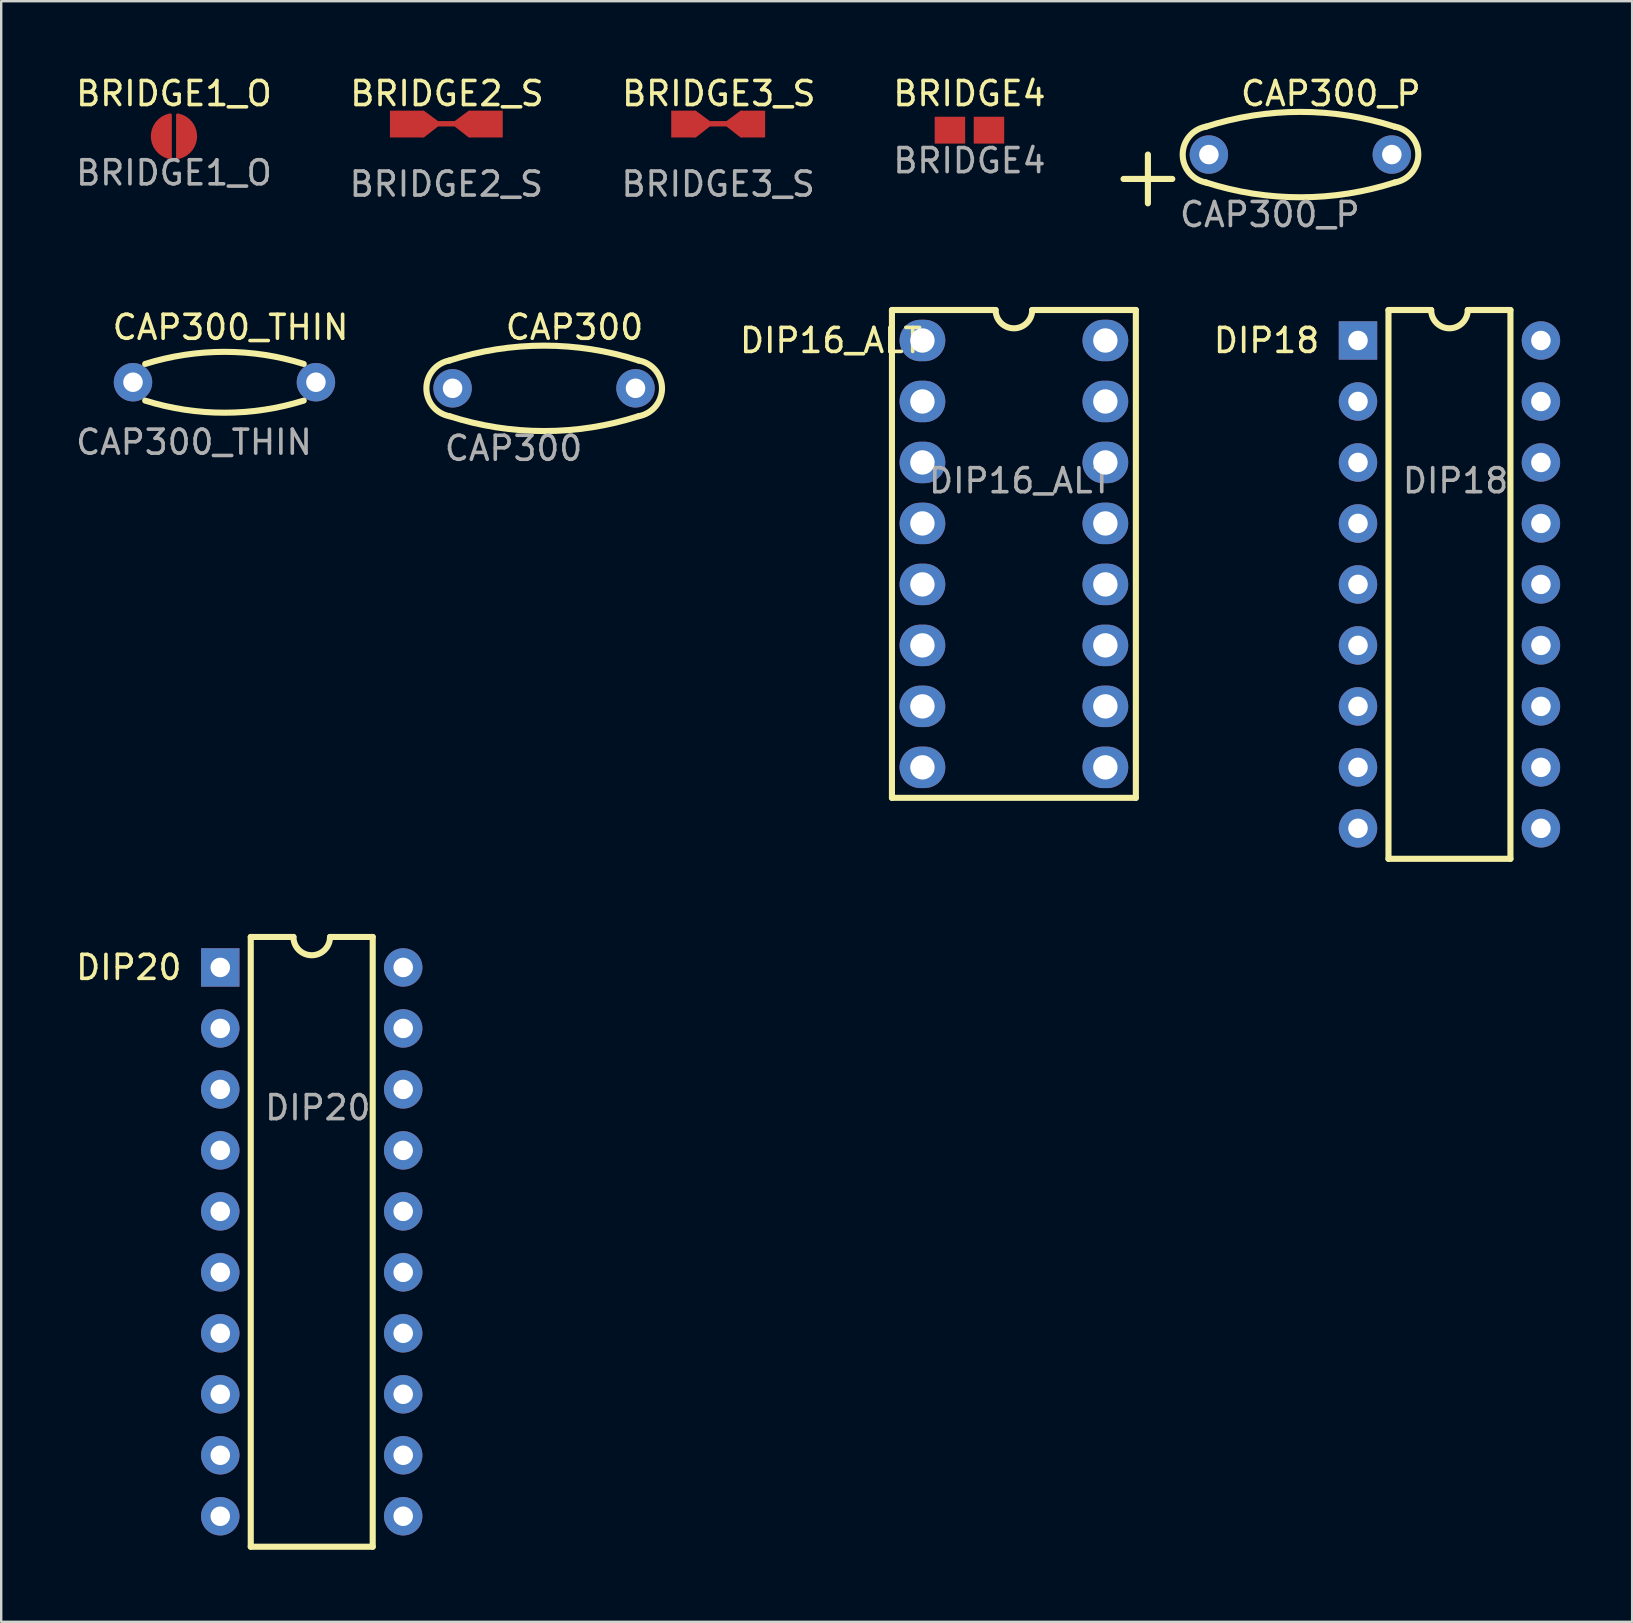
<source format=kicad_pcb>
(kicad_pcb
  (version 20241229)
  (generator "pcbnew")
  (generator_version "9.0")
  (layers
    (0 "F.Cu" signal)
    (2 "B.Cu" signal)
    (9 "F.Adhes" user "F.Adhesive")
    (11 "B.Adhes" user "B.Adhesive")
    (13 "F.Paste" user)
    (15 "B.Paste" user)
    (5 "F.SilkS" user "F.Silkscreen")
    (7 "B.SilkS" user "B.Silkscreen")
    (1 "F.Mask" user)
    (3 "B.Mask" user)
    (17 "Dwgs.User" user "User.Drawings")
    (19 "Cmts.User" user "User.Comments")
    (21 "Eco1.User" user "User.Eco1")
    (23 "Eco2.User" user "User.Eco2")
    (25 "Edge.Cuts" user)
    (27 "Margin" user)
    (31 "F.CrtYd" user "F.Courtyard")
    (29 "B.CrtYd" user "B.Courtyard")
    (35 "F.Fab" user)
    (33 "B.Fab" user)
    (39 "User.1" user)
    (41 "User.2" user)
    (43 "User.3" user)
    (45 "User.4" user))
  (footprint "DIP16_ALT"
    (layer "F.Cu")
    (at 35.373 11.133)
    (property "Reference" "DIP16_ALT" (at -3.81 0 0) (unlocked yes) (layer "F.SilkS") (effects (font (size 1 1) (thickness 0.15))))
    (attr through_hole)
    (fp_line (start -1.27 -1.27) (end -1.27 19.05) (stroke (width 0.254) (type solid)) (layer "F.SilkS"))
    (fp_line (start -1.27 19.05) (end 8.89 19.05) (stroke (width 0.254) (type solid)) (layer "F.SilkS"))
    (fp_line (start 3.048 -1.27) (end -1.27 -1.27) (stroke (width 0.254) (type solid)) (layer "F.SilkS"))
    (fp_line (start 4.572 -1.27) (end 8.89 -1.27) (stroke (width 0.254) (type solid)) (layer "F.SilkS"))
    (fp_line (start 8.89 19.05) (end 8.89 -1.27) (stroke (width 0.254) (type solid)) (layer "F.SilkS"))
    (fp_arc (start 4.572 -1.27) (mid 3.81 -0.508) (end 3.048 -1.27) (stroke (width 0.254) (type solid)) (layer "F.SilkS"))
    (fp_text user "${REFERENCE}" (at 4.064 5.842 0) (unlocked yes) (layer "F.Fab") (effects (font (size 1 1) (thickness 0.15))))
    (pad "1" thru_hole oval (at 0 0) (size 1.905 1.727) (drill 1.016) (layers "*.Cu" "*.Mask"))
    (pad "2" thru_hole oval (at 0 2.54) (size 1.905 1.727) (drill 1.016) (layers "*.Cu" "*.Mask"))
    (pad "3" thru_hole oval (at 0 5.08) (size 1.905 1.727) (drill 1.016) (layers "*.Cu" "*.Mask"))
    (pad "4" thru_hole oval (at 0 7.62) (size 1.905 1.727) (drill 1.016) (layers "*.Cu" "*.Mask"))
    (pad "5" thru_hole oval (at 0 10.16) (size 1.905 1.727) (drill 1.016) (layers "*.Cu" "*.Mask"))
    (pad "6" thru_hole oval (at 0 12.7) (size 1.905 1.727) (drill 1.016) (layers "*.Cu" "*.Mask"))
    (pad "7" thru_hole oval (at 0 15.24) (size 1.905 1.727) (drill 1.016) (layers "*.Cu" "*.Mask"))
    (pad "8" thru_hole oval (at 0 17.78) (size 1.905 1.727) (drill 1.016) (layers "*.Cu" "*.Mask"))
    (pad "9" thru_hole oval (at 7.62 17.78) (size 1.905 1.727) (drill 1.016) (layers "*.Cu" "*.Mask"))
    (pad "10" thru_hole oval (at 7.62 15.24) (size 1.905 1.727) (drill 1.016) (layers "*.Cu" "*.Mask"))
    (pad "11" thru_hole oval (at 7.62 12.7) (size 1.905 1.727) (drill 1.016) (layers "*.Cu" "*.Mask"))
    (pad "12" thru_hole oval (at 7.62 10.16) (size 1.905 1.727) (drill 1.016) (layers "*.Cu" "*.Mask"))
    (pad "13" thru_hole oval (at 7.62 7.62) (size 1.905 1.727) (drill 1.016) (layers "*.Cu" "*.Mask"))
    (pad "14" thru_hole oval (at 7.62 5.08) (size 1.905 1.727) (drill 1.016) (layers "*.Cu" "*.Mask"))
    (pad "15" thru_hole oval (at 7.62 2.54) (size 1.905 1.727) (drill 1.016) (layers "*.Cu" "*.Mask"))
    (pad "16" thru_hole oval (at 7.62 0) (size 1.905 1.727) (drill 1.016) (layers "*.Cu" "*.Mask")))
  (footprint "DIP20"
    (layer "F.Cu")
    (at 6.125 37.248)
    (property "Reference" "DIP20" (at -3.81 0 0) (unlocked yes) (layer "F.SilkS") (effects (font (size 1 1) (thickness 0.15))))
    (attr through_hole)
    (fp_line (start 1.27 -1.27) (end 1.27 24.13) (stroke (width 0.254) (type solid)) (layer "F.SilkS"))
    (fp_line (start 1.27 24.13) (end 6.35 24.13) (stroke (width 0.254) (type solid)) (layer "F.SilkS"))
    (fp_line (start 3.048 -1.27) (end 1.27 -1.27) (stroke (width 0.254) (type solid)) (layer "F.SilkS"))
    (fp_line (start 4.572 -1.27) (end 6.35 -1.27) (stroke (width 0.254) (type solid)) (layer "F.SilkS"))
    (fp_line (start 6.35 24.13) (end 6.35 -1.27) (stroke (width 0.254) (type solid)) (layer "F.SilkS"))
    (fp_arc (start 4.572 -1.27) (mid 3.81 -0.508) (end 3.048 -1.27) (stroke (width 0.254) (type solid)) (layer "F.SilkS"))
    (fp_text user "${REFERENCE}" (at 4.064 5.842 0) (unlocked yes) (layer "F.Fab") (effects (font (size 1 1) (thickness 0.15))))
    (pad "1" thru_hole rect (at 0 0) (size 1.6 1.6) (drill 0.813) (layers "*.Cu" "*.Mask"))
    (pad "2" thru_hole circle (at 0 2.54) (size 1.6 1.6) (drill 0.813) (layers "*.Cu" "*.Mask"))
    (pad "3" thru_hole circle (at 0 5.08) (size 1.6 1.6) (drill 0.813) (layers "*.Cu" "*.Mask"))
    (pad "4" thru_hole circle (at 0 7.62) (size 1.6 1.6) (drill 0.813) (layers "*.Cu" "*.Mask"))
    (pad "5" thru_hole circle (at 0 10.16) (size 1.6 1.6) (drill 0.813) (layers "*.Cu" "*.Mask"))
    (pad "6" thru_hole circle (at 0 12.7) (size 1.6 1.6) (drill 0.813) (layers "*.Cu" "*.Mask"))
    (pad "7" thru_hole circle (at 0 15.24) (size 1.6 1.6) (drill 0.813) (layers "*.Cu" "*.Mask"))
    (pad "8" thru_hole circle (at 0 17.78) (size 1.6 1.6) (drill 0.813) (layers "*.Cu" "*.Mask"))
    (pad "9" thru_hole circle (at 0 20.32) (size 1.6 1.6) (drill 0.813) (layers "*.Cu" "*.Mask"))
    (pad "10" thru_hole circle (at 0 22.86) (size 1.6 1.6) (drill 0.813) (layers "*.Cu" "*.Mask"))
    (pad "11" thru_hole circle (at 7.62 22.86) (size 1.6 1.6) (drill 0.813) (layers "*.Cu" "*.Mask"))
    (pad "12" thru_hole circle (at 7.62 20.32) (size 1.6 1.6) (drill 0.813) (layers "*.Cu" "*.Mask"))
    (pad "13" thru_hole circle (at 7.62 17.78) (size 1.6 1.6) (drill 0.813) (layers "*.Cu" "*.Mask"))
    (pad "14" thru_hole circle (at 7.62 15.24) (size 1.6 1.6) (drill 0.813) (layers "*.Cu" "*.Mask"))
    (pad "15" thru_hole circle (at 7.62 12.7) (size 1.6 1.6) (drill 0.813) (layers "*.Cu" "*.Mask"))
    (pad "16" thru_hole circle (at 7.62 10.16) (size 1.6 1.6) (drill 0.813) (layers "*.Cu" "*.Mask"))
    (pad "17" thru_hole circle (at 7.62 7.62) (size 1.6 1.6) (drill 0.813) (layers "*.Cu" "*.Mask"))
    (pad "18" thru_hole circle (at 7.62 5.08) (size 1.6 1.6) (drill 0.813) (layers "*.Cu" "*.Mask"))
    (pad "19" thru_hole circle (at 7.62 2.54) (size 1.6 1.6) (drill 0.813) (layers "*.Cu" "*.Mask"))
    (pad "20" thru_hole circle (at 7.62 0) (size 1.6 1.6) (drill 0.813) (layers "*.Cu" "*.Mask")))
  (footprint "BRIDGE1_O"
    (layer "F.Cu")
    (at 4.196 2.626)
    (property "Reference" "BRIDGE1_O" (at 0 -1.778 0) (unlocked yes) (layer "F.SilkS") (effects (font (size 1 1) (thickness 0.15))))
    (attr smd)
    (fp_text user "${REFERENCE}" (at 0 1.524 0) (unlocked yes) (layer "F.Fab") (effects (font (size 1 1) (thickness 0.15))))
    (pad "1" smd custom (at -0.533 0 180) (size 0.762 0.762) (layers "F.Cu" "F.Mask") (options (anchor circle)) (primitives (gr_arc (start -0.381 -0.889) (mid 0.367638 -0.000036) (end -0.380928 0.888988) (width 0.127)) (gr_poly (pts (xy -0.025 -0.737) (xy 0.254 -0.432) (xy 0.368 0) (xy 0.279 0.356) (xy 0 0.711) (xy -0.381 0.889) (xy -0.381 -0.889)) (width 0.127) (fill yes))))
    (pad "2" smd custom (at 0.533 0) (size 0.762 0.762) (layers "F.Cu" "F.Mask") (options (anchor circle)) (primitives (gr_arc (start -0.381 -0.889) (mid 0.367638 -0.000036) (end -0.380928 0.888988) (width 0.127)) (gr_poly (pts (xy -0.025 -0.737) (xy 0.254 -0.432) (xy 0.368 0) (xy 0.279 0.356) (xy 0 0.711) (xy -0.381 0.889) (xy -0.381 -0.889)) (width 0.127) (fill yes)))))
  (footprint "CAP300"
    (layer "F.Cu")
    (at 15.802 13.125)
    (property "Reference" "CAP300" (at 5.08 -2.54 0) (unlocked yes) (layer "F.SilkS") (effects (font (size 1 1) (thickness 0.15))))
    (attr through_hole)
    (fp_arc (start -0.127 -1.159437) (mid 3.81 -1.777715) (end 7.747 -1.159437) (stroke (width 0.254) (type solid)) (layer "F.SilkS"))
    (fp_arc (start -0.126633 1.161639) (mid -1.091529 0.001101) (end -0.126633 -1.159438) (stroke (width 0.254) (type solid)) (layer "F.SilkS"))
    (fp_arc (start 7.747 -1.159437) (mid 8.723389 0.001101) (end 7.747 1.16164) (stroke (width 0.254) (type solid)) (layer "F.SilkS"))
    (fp_arc (start 7.747 1.16164) (mid 3.81 1.779918) (end -0.127 1.16164) (stroke (width 0.254) (type solid)) (layer "F.SilkS"))
    (fp_text user "${REFERENCE}" (at 2.54 2.5 0) (unlocked yes) (layer "F.Fab") (effects (font (size 1 1) (thickness 0.15))))
    (pad "1" thru_hole circle (at 0 0) (size 1.6 1.6) (drill 0.813) (layers "*.Cu" "*.Mask"))
    (pad "2" thru_hole circle (at 7.62 0) (size 1.6 1.6) (drill 0.813) (layers "*.Cu" "*.Mask")))
  (footprint "BRIDGE2_S"
    (layer "F.Cu")
    (at 15.542 2.118)
    (property "Reference" "BRIDGE2_S" (at 0.025 -1.27 0) (unlocked yes) (layer "F.SilkS") (effects (font (size 1 1) (thickness 0.15))))
    (attr smd)
    (fp_poly (pts (xy 0.965 0.457) (xy 0.381 0) (xy -0.381 0) (xy -0.965 0.457) (xy -0.965 -0.457) (xy -0.381 -0.025) (xy 0.381 -0.025) (xy 0.965 -0.457)) (stroke (width 0.2) (type solid)) (fill yes) (layer "F.Cu"))
    (fp_poly (pts (xy 0.965 0.457) (xy 0.381 0) (xy -0.381 0) (xy -0.965 0.457) (xy -0.965 -0.457) (xy -0.381 -0.025) (xy 0.381 -0.025) (xy 0.965 -0.457)) (stroke (width 0.2) (type solid)) (fill yes) (layer "F.Mask"))
    (fp_text user "${REFERENCE}" (at 0 2.5 0) (unlocked yes) (layer "F.Fab") (effects (font (size 1 1) (thickness 0.15))))
    (pad "1" smd rect (at -1.651 0) (size 1.397 1.118) (layers "F.Cu" "F.Mask" "F.Paste"))
    (pad "2" smd rect (at 1.651 0) (size 1.397 1.118) (layers "F.Cu" "F.Mask" "F.Paste")))
  (footprint "BRIDGE4"
    (layer "F.Cu")
    (at 37.331 2.372)
    (property "Reference" "BRIDGE4" (at 0 -1.524 0) (unlocked yes) (layer "F.SilkS") (effects (font (size 1 1) (thickness 0.15))))
    (attr smd)
    (fp_text user "${REFERENCE}" (at 0 1.27 0) (unlocked yes) (layer "F.Fab") (effects (font (size 1 1) (thickness 0.15))))
    (pad "1" smd rect (at -0.813 0) (size 1.27 1.118) (layers "F.Cu" "F.Mask" "F.Paste"))
    (pad "2" smd rect (at 0.813 0) (size 1.27 1.118) (layers "F.Cu" "F.Mask" "F.Paste")))
  (footprint "CAP300_P"
    (layer "F.Cu")
    (at 47.305 3.388)
    (property "Reference" "CAP300_P" (at 5.08 -2.54 0) (unlocked yes) (layer "F.SilkS") (effects (font (size 1 1) (thickness 0.15))))
    (attr through_hole)
    (fp_line (start -3.556 1.016) (end -1.524 1.016) (stroke (width 0.254) (type solid)) (layer "F.SilkS"))
    (fp_line (start -2.54 0) (end -2.54 2.032) (stroke (width 0.254) (type solid)) (layer "F.SilkS"))
    (fp_arc (start -0.127 -1.159437) (mid 3.81 -1.777715) (end 7.747 -1.159437) (stroke (width 0.254) (type solid)) (layer "F.SilkS"))
    (fp_arc (start -0.126633 1.161639) (mid -1.091528 0.001101) (end -0.126633 -1.159438) (stroke (width 0.254) (type solid)) (layer "F.SilkS"))
    (fp_arc (start 7.747 -1.159437) (mid 8.723389 0.001101) (end 7.747 1.16164) (stroke (width 0.254) (type solid)) (layer "F.SilkS"))
    (fp_arc (start 7.747 1.16164) (mid 3.81 1.779918) (end -0.127 1.16164) (stroke (width 0.254) (type solid)) (layer "F.SilkS"))
    (fp_text user "${REFERENCE}" (at 2.54 2.5 0) (unlocked yes) (layer "F.Fab") (effects (font (size 1 1) (thickness 0.15))))
    (pad "1" thru_hole circle (at 0 0) (size 1.6 1.6) (drill 0.813) (layers "*.Cu" "*.Mask"))
    (pad "2" thru_hole circle (at 7.62 0) (size 1.6 1.6) (drill 0.813) (layers "*.Cu" "*.Mask")))
  (footprint "BRIDGE3_S"
    (layer "F.Cu")
    (at 26.865 2.118)
    (property "Reference" "BRIDGE3_S" (at 0.025 -1.27 0) (unlocked yes) (layer "F.SilkS") (effects (font (size 1 1) (thickness 0.15))))
    (attr smd)
    (fp_poly (pts (xy 0.965 0.457) (xy 0.381 0) (xy -0.381 0) (xy -0.965 0.457) (xy -0.965 -0.457) (xy -0.381 -0.025) (xy 0.381 -0.025) (xy 0.965 -0.457)) (stroke (width 0.2) (type solid)) (fill yes) (layer "F.Cu"))
    (fp_poly (pts (xy 0.965 0.457) (xy 0.381 0) (xy -0.381 0) (xy -0.965 0.457) (xy -0.965 -0.457) (xy -0.381 -0.025) (xy 0.381 -0.025) (xy 0.965 -0.457)) (stroke (width 0.2) (type solid)) (fill yes) (layer "F.Mask"))
    (fp_text user "${REFERENCE}" (at 0 2.5 0) (unlocked yes) (layer "F.Fab") (effects (font (size 1 1) (thickness 0.15))))
    (pad "1" smd rect (at -1.448 0) (size 1.016 1.118) (layers "F.Cu" "F.Mask" "F.Paste"))
    (pad "2" smd rect (at 1.448 0) (size 1.016 1.118) (layers "F.Cu" "F.Mask" "F.Paste")))
  (footprint "CAP300_THIN"
    (layer "F.Cu")
    (at 2.49 12.871)
    (property "Reference" "CAP300_THIN" (at 4.064 -2.286 0) (unlocked yes) (layer "F.SilkS") (effects (font (size 1 1) (thickness 0.15))))
    (attr through_hole)
    (fp_arc (start 0.508 -0.762) (mid 3.81 -1.265407) (end 7.112 -0.762) (stroke (width 0.254) (type solid)) (layer "F.SilkS"))
    (fp_arc (start 7.112 0.766593) (mid 3.81 1.27) (end 0.508 0.766593) (stroke (width 0.254) (type solid)) (layer "F.SilkS"))
    (fp_text user "${REFERENCE}" (at 2.54 2.5 0) (unlocked yes) (layer "F.Fab") (effects (font (size 1 1) (thickness 0.15))))
    (pad "1" thru_hole circle (at 0 0) (size 1.6 1.6) (drill 0.813) (layers "*.Cu" "*.Mask"))
    (pad "2" thru_hole circle (at 7.62 0) (size 1.6 1.6) (drill 0.813) (layers "*.Cu" "*.Mask")))
  (footprint "DIP18"
    (layer "F.Cu")
    (at 53.516 11.133)
    (property "Reference" "DIP18" (at -3.81 0 0) (unlocked yes) (layer "F.SilkS") (effects (font (size 1 1) (thickness 0.15))))
    (attr through_hole)
    (fp_line (start 1.27 -1.27) (end 1.27 21.59) (stroke (width 0.254) (type solid)) (layer "F.SilkS"))
    (fp_line (start 1.27 21.59) (end 6.35 21.59) (stroke (width 0.254) (type solid)) (layer "F.SilkS"))
    (fp_line (start 3.048 -1.27) (end 1.27 -1.27) (stroke (width 0.254) (type solid)) (layer "F.SilkS"))
    (fp_line (start 4.572 -1.27) (end 6.35 -1.27) (stroke (width 0.254) (type solid)) (layer "F.SilkS"))
    (fp_line (start 6.35 21.59) (end 6.35 -1.27) (stroke (width 0.254) (type solid)) (layer "F.SilkS"))
    (fp_arc (start 4.572 -1.27) (mid 3.81 -0.508) (end 3.048 -1.27) (stroke (width 0.254) (type solid)) (layer "F.SilkS"))
    (fp_text user "${REFERENCE}" (at 4.064 5.842 0) (unlocked yes) (layer "F.Fab") (effects (font (size 1 1) (thickness 0.15))))
    (pad "1" thru_hole rect (at 0 0) (size 1.6 1.6) (drill 0.813) (layers "*.Cu" "*.Mask"))
    (pad "2" thru_hole circle (at 0 2.54) (size 1.6 1.6) (drill 0.813) (layers "*.Cu" "*.Mask"))
    (pad "3" thru_hole circle (at 0 5.08) (size 1.6 1.6) (drill 0.813) (layers "*.Cu" "*.Mask"))
    (pad "4" thru_hole circle (at 0 7.62) (size 1.6 1.6) (drill 0.813) (layers "*.Cu" "*.Mask"))
    (pad "5" thru_hole circle (at 0 10.16) (size 1.6 1.6) (drill 0.813) (layers "*.Cu" "*.Mask"))
    (pad "6" thru_hole circle (at 0 12.7) (size 1.6 1.6) (drill 0.813) (layers "*.Cu" "*.Mask"))
    (pad "7" thru_hole circle (at 0 15.24) (size 1.6 1.6) (drill 0.813) (layers "*.Cu" "*.Mask"))
    (pad "8" thru_hole circle (at 0 17.78) (size 1.6 1.6) (drill 0.813) (layers "*.Cu" "*.Mask"))
    (pad "9" thru_hole circle (at 0 20.32) (size 1.6 1.6) (drill 0.813) (layers "*.Cu" "*.Mask"))
    (pad "10" thru_hole circle (at 7.62 20.32) (size 1.6 1.6) (drill 0.813) (layers "*.Cu" "*.Mask"))
    (pad "11" thru_hole circle (at 7.62 17.78) (size 1.6 1.6) (drill 0.813) (layers "*.Cu" "*.Mask"))
    (pad "12" thru_hole circle (at 7.62 15.24) (size 1.6 1.6) (drill 0.813) (layers "*.Cu" "*.Mask"))
    (pad "13" thru_hole circle (at 7.62 12.7) (size 1.6 1.6) (drill 0.813) (layers "*.Cu" "*.Mask"))
    (pad "14" thru_hole circle (at 7.62 10.16) (size 1.6 1.6) (drill 0.813) (layers "*.Cu" "*.Mask"))
    (pad "15" thru_hole circle (at 7.62 7.62) (size 1.6 1.6) (drill 0.813) (layers "*.Cu" "*.Mask"))
    (pad "16" thru_hole circle (at 7.62 5.08) (size 1.6 1.6) (drill 0.813) (layers "*.Cu" "*.Mask"))
    (pad "17" thru_hole circle (at 7.62 2.54) (size 1.6 1.6) (drill 0.813) (layers "*.Cu" "*.Mask"))
    (pad "18" thru_hole circle (at 7.62 0) (size 1.6 1.6) (drill 0.813) (layers "*.Cu" "*.Mask")))
  (gr_rect
    (start -3 -3)
    (end 64.936 64.504)
    (stroke (width 0.1) (type default))
    (fill no)
    (layer "Edge.Cuts")))
</source>
